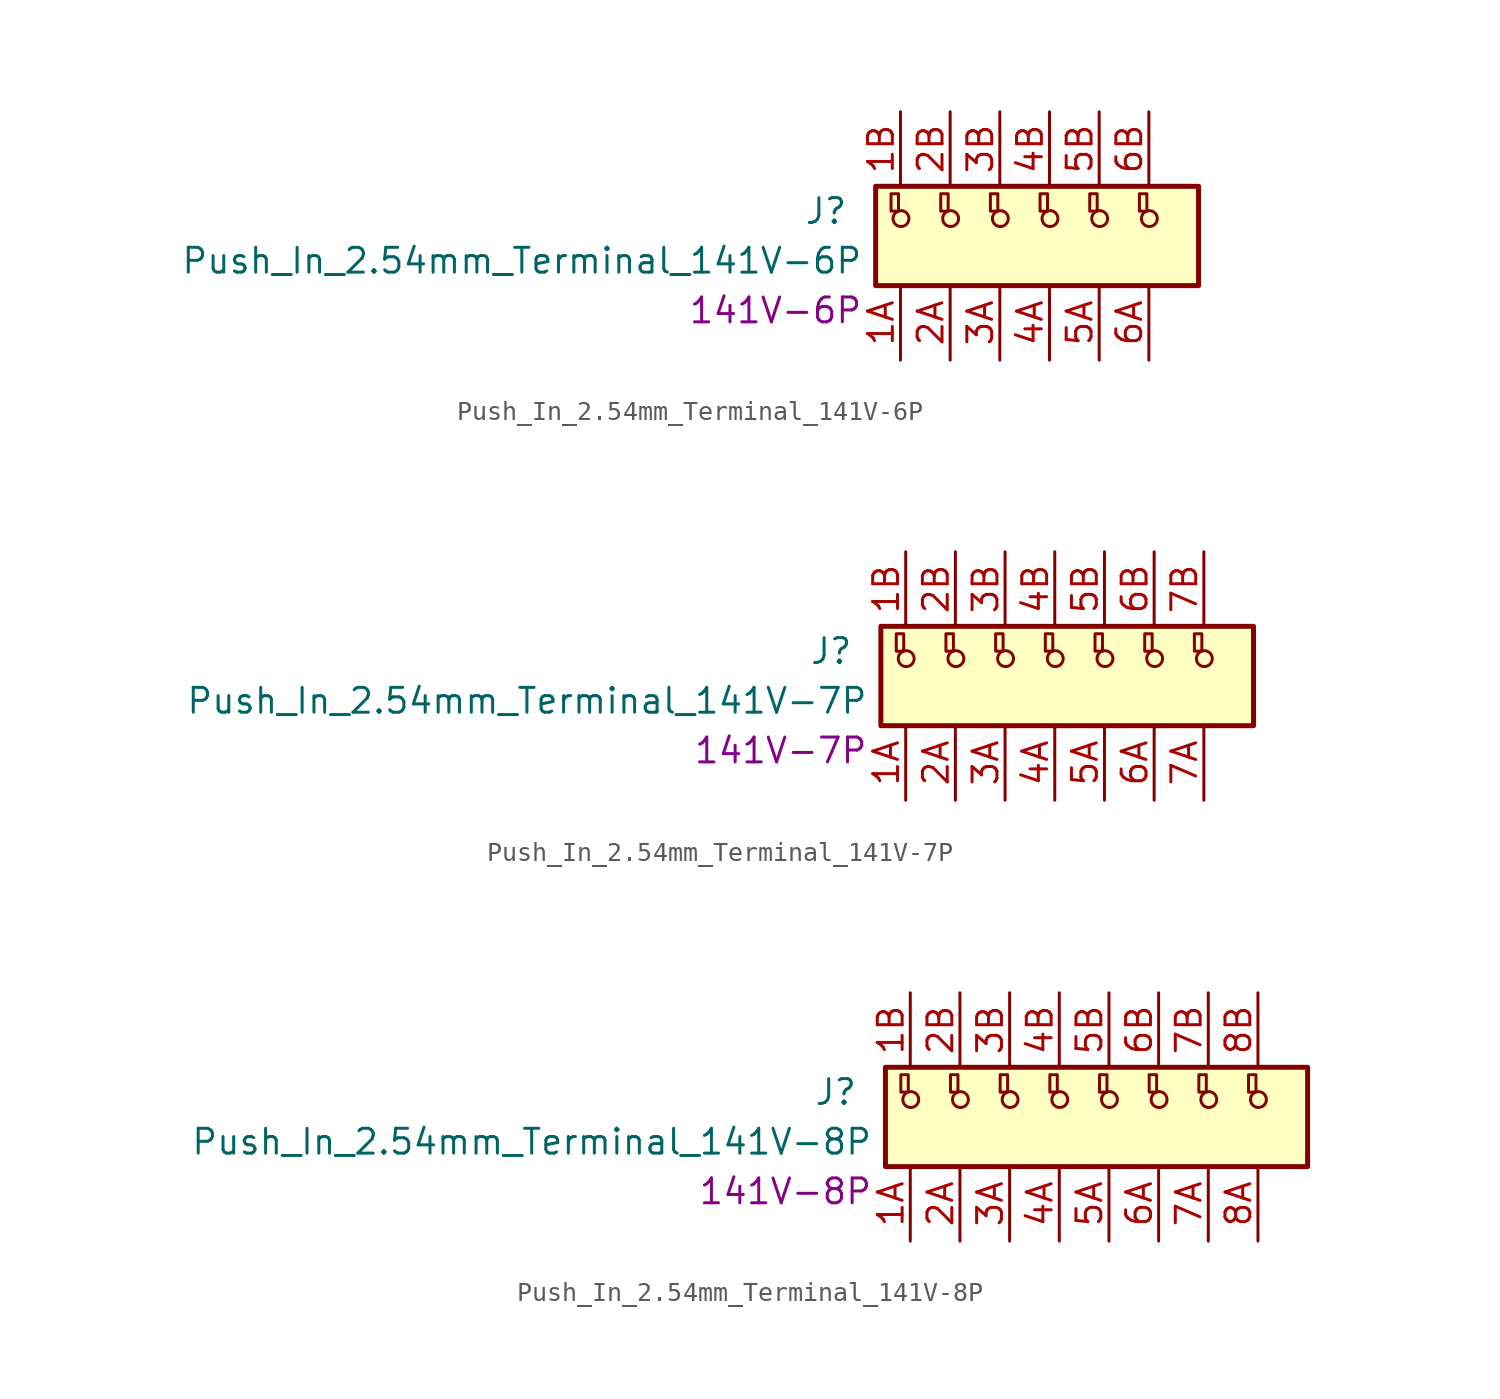
<source format=kicad_sym>
(kicad_symbol_lib
  (version 20211014)
  (generator kicad_symbol_editor)
  (symbol "Push_In_2.54mm_Terminal_141V-6P"
    (pin_names
      (offset 1.016) hide)
    (property "Reference" "J"
      (at -3.81 0 0)
      (effects (font (size 1.27 1.27))))
    (property "Value" "Push_In_2.54mm_Terminal_141V-6P"
      (at -1.905 -2.54 0)
      (effects (font (size 1.27 1.27)) (justify right)))
    (property "MFR.Part#" "141V-6P"
      (at -1.905 -5.08 0)
      (effects (font (size 1.27 1.27)) (justify right)))
    (symbol "Push_In_2.54mm_Terminal_141V-6P_1_1"
      (rectangle (start -0.483 0) (end -0.102 0.889) (stroke (width 0) (type default) (color 0 0 0 0)) (fill (type none)))
      (circle (center 0.025 -0.381) (radius 0.406) (stroke (width 0) (type default) (color 0 0 0 0)) (fill (type none)))
      (rectangle (start 2.057 0) (end 2.438 0.889) (stroke (width 0) (type default) (color 0 0 0 0)) (fill (type none)))
      (circle (center 2.565 -0.381) (radius 0.406) (stroke (width 0) (type default) (color 0 0 0 0)) (fill (type none)))
      (rectangle (start 4.597 0) (end 4.978 0.889) (stroke (width 0) (type default) (color 0 0 0 0)) (fill (type none)))
      (circle (center 5.105 -0.381) (radius 0.406) (stroke (width 0) (type default) (color 0 0 0 0)) (fill (type none)))
      (rectangle (start 7.137 0) (end 7.518 0.889) (stroke (width 0) (type default) (color 0 0 0 0)) (fill (type none)))
      (circle (center 7.645 -0.381) (radius 0.406) (stroke (width 0) (type default) (color 0 0 0 0)) (fill (type none)))
      (rectangle (start 9.677 0) (end 10.058 0.889) (stroke (width 0) (type default) (color 0 0 0 0)) (fill (type none)))
      (circle (center 10.185 -0.381) (radius 0.406) (stroke (width 0) (type default) (color 0 0 0 0)) (fill (type none)))
      (rectangle (start 12.217 0) (end 12.598 0.889) (stroke (width 0) (type default) (color 0 0 0 0)) (fill (type none)))
      (circle (center 12.725 -0.381) (radius 0.406) (stroke (width 0) (type default) (color 0 0 0 0)) (fill (type none)))
      (rectangle (start 15.24 1.27) (end -1.27 -3.81) (stroke (width 0.254) (type default) (color 0 0 0 0)) (fill (type background)))
      (pin passive line (at 0 -7.62 90) (length 3.81) (name "Pin_1A" (effects (font (size 1.27 1.27)))) (number "1A" (effects (font (size 1.27 1.27)))))
      (pin passive line (at 0 5.08 270) (length 3.81) (name "Pin_1B" (effects (font (size 1.27 1.27)))) (number "1B" (effects (font (size 1.27 1.27)))))
      (pin passive line (at 2.54 -7.62 90) (length 3.81) (name "Pin_2A" (effects (font (size 1.27 1.27)))) (number "2A" (effects (font (size 1.27 1.27)))))
      (pin passive line (at 2.54 5.08 270) (length 3.81) (name "Pin_2B" (effects (font (size 1.27 1.27)))) (number "2B" (effects (font (size 1.27 1.27)))))
      (pin passive line (at 5.08 -7.62 90) (length 3.81) (name "Pin_3A" (effects (font (size 1.27 1.27)))) (number "3A" (effects (font (size 1.27 1.27)))))
      (pin passive line (at 5.08 5.08 270) (length 3.81) (name "Pin_3B" (effects (font (size 1.27 1.27)))) (number "3B" (effects (font (size 1.27 1.27)))))
      (pin passive line (at 7.62 -7.62 90) (length 3.81) (name "Pin_4A" (effects (font (size 1.27 1.27)))) (number "4A" (effects (font (size 1.27 1.27)))))
      (pin passive line (at 7.62 5.08 270) (length 3.81) (name "Pin_4B" (effects (font (size 1.27 1.27)))) (number "4B" (effects (font (size 1.27 1.27)))))
      (pin passive line (at 10.16 -7.62 90) (length 3.81) (name "Pin_5A" (effects (font (size 1.27 1.27)))) (number "5A" (effects (font (size 1.27 1.27)))))
      (pin passive line (at 10.16 5.08 270) (length 3.81) (name "Pin_5B" (effects (font (size 1.27 1.27)))) (number "5B" (effects (font (size 1.27 1.27)))))
      (pin passive line (at 12.7 -7.62 90) (length 3.81) (name "Pin_6A" (effects (font (size 1.27 1.27)))) (number "6A" (effects (font (size 1.27 1.27)))))
      (pin passive line (at 12.7 5.08 270) (length 3.81) (name "Pin_6B" (effects (font (size 1.27 1.27)))) (number "6B" (effects (font (size 1.27 1.27)))))))
  (symbol "Push_In_2.54mm_Terminal_141V-7P"
    (pin_names
      (offset 1.016) hide)
    (property "Reference" "J"
      (at -3.81 0 0)
      (effects (font (size 1.27 1.27))))
    (property "Value" "Push_In_2.54mm_Terminal_141V-7P"
      (at -1.905 -2.54 0)
      (effects (font (size 1.27 1.27)) (justify right)))
    (property "MFR.Part#" "141V-7P"
      (at -1.905 -5.08 0)
      (effects (font (size 1.27 1.27)) (justify right)))
    (symbol "Push_In_2.54mm_Terminal_141V-7P_1_1"
      (rectangle (start -0.483 0) (end -0.102 0.889) (stroke (width 0) (type default) (color 0 0 0 0)) (fill (type none)))
      (circle (center 0.025 -0.381) (radius 0.406) (stroke (width 0) (type default) (color 0 0 0 0)) (fill (type none)))
      (rectangle (start 2.057 0) (end 2.438 0.889) (stroke (width 0) (type default) (color 0 0 0 0)) (fill (type none)))
      (circle (center 2.565 -0.381) (radius 0.406) (stroke (width 0) (type default) (color 0 0 0 0)) (fill (type none)))
      (rectangle (start 4.597 0) (end 4.978 0.889) (stroke (width 0) (type default) (color 0 0 0 0)) (fill (type none)))
      (circle (center 5.105 -0.381) (radius 0.406) (stroke (width 0) (type default) (color 0 0 0 0)) (fill (type none)))
      (rectangle (start 7.137 0) (end 7.518 0.889) (stroke (width 0) (type default) (color 0 0 0 0)) (fill (type none)))
      (circle (center 7.645 -0.381) (radius 0.406) (stroke (width 0) (type default) (color 0 0 0 0)) (fill (type none)))
      (rectangle (start 9.677 0) (end 10.058 0.889) (stroke (width 0) (type default) (color 0 0 0 0)) (fill (type none)))
      (circle (center 10.185 -0.381) (radius 0.406) (stroke (width 0) (type default) (color 0 0 0 0)) (fill (type none)))
      (rectangle (start 12.217 0) (end 12.598 0.889) (stroke (width 0) (type default) (color 0 0 0 0)) (fill (type none)))
      (circle (center 12.725 -0.381) (radius 0.406) (stroke (width 0) (type default) (color 0 0 0 0)) (fill (type none)))
      (rectangle (start 14.757 0) (end 15.138 0.889) (stroke (width 0) (type default) (color 0 0 0 0)) (fill (type none)))
      (circle (center 15.265 -0.381) (radius 0.406) (stroke (width 0) (type default) (color 0 0 0 0)) (fill (type none)))
      (rectangle (start 17.78 1.27) (end -1.27 -3.81) (stroke (width 0.254) (type default) (color 0 0 0 0)) (fill (type background)))
      (pin passive line (at 0 -7.62 90) (length 3.81) (name "Pin_1A" (effects (font (size 1.27 1.27)))) (number "1A" (effects (font (size 1.27 1.27)))))
      (pin passive line (at 0 5.08 270) (length 3.81) (name "Pin_1B" (effects (font (size 1.27 1.27)))) (number "1B" (effects (font (size 1.27 1.27)))))
      (pin passive line (at 2.54 -7.62 90) (length 3.81) (name "Pin_2A" (effects (font (size 1.27 1.27)))) (number "2A" (effects (font (size 1.27 1.27)))))
      (pin passive line (at 2.54 5.08 270) (length 3.81) (name "Pin_2B" (effects (font (size 1.27 1.27)))) (number "2B" (effects (font (size 1.27 1.27)))))
      (pin passive line (at 5.08 -7.62 90) (length 3.81) (name "Pin_3A" (effects (font (size 1.27 1.27)))) (number "3A" (effects (font (size 1.27 1.27)))))
      (pin passive line (at 5.08 5.08 270) (length 3.81) (name "Pin_3B" (effects (font (size 1.27 1.27)))) (number "3B" (effects (font (size 1.27 1.27)))))
      (pin passive line (at 7.62 -7.62 90) (length 3.81) (name "Pin_4A" (effects (font (size 1.27 1.27)))) (number "4A" (effects (font (size 1.27 1.27)))))
      (pin passive line (at 7.62 5.08 270) (length 3.81) (name "Pin_4B" (effects (font (size 1.27 1.27)))) (number "4B" (effects (font (size 1.27 1.27)))))
      (pin passive line (at 10.16 -7.62 90) (length 3.81) (name "Pin_5A" (effects (font (size 1.27 1.27)))) (number "5A" (effects (font (size 1.27 1.27)))))
      (pin passive line (at 10.16 5.08 270) (length 3.81) (name "Pin_5B" (effects (font (size 1.27 1.27)))) (number "5B" (effects (font (size 1.27 1.27)))))
      (pin passive line (at 12.7 -7.62 90) (length 3.81) (name "Pin_6A" (effects (font (size 1.27 1.27)))) (number "6A" (effects (font (size 1.27 1.27)))))
      (pin passive line (at 12.7 5.08 270) (length 3.81) (name "Pin_6B" (effects (font (size 1.27 1.27)))) (number "6B" (effects (font (size 1.27 1.27)))))
      (pin passive line (at 15.24 -7.62 90) (length 3.81) (name "Pin_7A" (effects (font (size 1.27 1.27)))) (number "7A" (effects (font (size 1.27 1.27)))))
      (pin passive line (at 15.24 5.08 270) (length 3.81) (name "Pin_7B" (effects (font (size 1.27 1.27)))) (number "7B" (effects (font (size 1.27 1.27)))))))
  (symbol "Push_In_2.54mm_Terminal_141V-8P"
    (pin_names
      (offset 1.016) hide)
    (property "Reference" "J"
      (at -3.81 0 0)
      (effects (font (size 1.27 1.27))))
    (property "Value" "Push_In_2.54mm_Terminal_141V-8P"
      (at -1.905 -2.54 0)
      (effects (font (size 1.27 1.27)) (justify right)))
    (property "MFR.Part#" "141V-8P"
      (at -1.905 -5.08 0)
      (effects (font (size 1.27 1.27)) (justify right)))
    (symbol "Push_In_2.54mm_Terminal_141V-8P_1_1"
      (rectangle (start -0.483 0) (end -0.102 0.889) (stroke (width 0) (type default) (color 0 0 0 0)) (fill (type none)))
      (circle (center 0.025 -0.381) (radius 0.406) (stroke (width 0) (type default) (color 0 0 0 0)) (fill (type none)))
      (rectangle (start 2.057 0) (end 2.438 0.889) (stroke (width 0) (type default) (color 0 0 0 0)) (fill (type none)))
      (circle (center 2.565 -0.381) (radius 0.406) (stroke (width 0) (type default) (color 0 0 0 0)) (fill (type none)))
      (rectangle (start 4.597 0) (end 4.978 0.889) (stroke (width 0) (type default) (color 0 0 0 0)) (fill (type none)))
      (circle (center 5.105 -0.381) (radius 0.406) (stroke (width 0) (type default) (color 0 0 0 0)) (fill (type none)))
      (rectangle (start 7.137 0) (end 7.518 0.889) (stroke (width 0) (type default) (color 0 0 0 0)) (fill (type none)))
      (circle (center 7.645 -0.381) (radius 0.406) (stroke (width 0) (type default) (color 0 0 0 0)) (fill (type none)))
      (rectangle (start 9.677 0) (end 10.058 0.889) (stroke (width 0) (type default) (color 0 0 0 0)) (fill (type none)))
      (circle (center 10.185 -0.381) (radius 0.406) (stroke (width 0) (type default) (color 0 0 0 0)) (fill (type none)))
      (rectangle (start 12.217 0) (end 12.598 0.889) (stroke (width 0) (type default) (color 0 0 0 0)) (fill (type none)))
      (circle (center 12.725 -0.381) (radius 0.406) (stroke (width 0) (type default) (color 0 0 0 0)) (fill (type none)))
      (rectangle (start 14.757 0) (end 15.138 0.889) (stroke (width 0) (type default) (color 0 0 0 0)) (fill (type none)))
      (circle (center 15.265 -0.381) (radius 0.406) (stroke (width 0) (type default) (color 0 0 0 0)) (fill (type none)))
      (rectangle (start 17.297 0) (end 17.678 0.889) (stroke (width 0) (type default) (color 0 0 0 0)) (fill (type none)))
      (circle (center 17.805 -0.381) (radius 0.406) (stroke (width 0) (type default) (color 0 0 0 0)) (fill (type none)))
      (rectangle (start 20.32 1.27) (end -1.27 -3.81) (stroke (width 0.254) (type default) (color 0 0 0 0)) (fill (type background)))
      (pin passive line (at 0 -7.62 90) (length 3.81) (name "Pin_1A" (effects (font (size 1.27 1.27)))) (number "1A" (effects (font (size 1.27 1.27)))))
      (pin passive line (at 0 5.08 270) (length 3.81) (name "Pin_1B" (effects (font (size 1.27 1.27)))) (number "1B" (effects (font (size 1.27 1.27)))))
      (pin passive line (at 2.54 -7.62 90) (length 3.81) (name "Pin_2A" (effects (font (size 1.27 1.27)))) (number "2A" (effects (font (size 1.27 1.27)))))
      (pin passive line (at 2.54 5.08 270) (length 3.81) (name "Pin_2B" (effects (font (size 1.27 1.27)))) (number "2B" (effects (font (size 1.27 1.27)))))
      (pin passive line (at 5.08 -7.62 90) (length 3.81) (name "Pin_3A" (effects (font (size 1.27 1.27)))) (number "3A" (effects (font (size 1.27 1.27)))))
      (pin passive line (at 5.08 5.08 270) (length 3.81) (name "Pin_3B" (effects (font (size 1.27 1.27)))) (number "3B" (effects (font (size 1.27 1.27)))))
      (pin passive line (at 7.62 -7.62 90) (length 3.81) (name "Pin_4A" (effects (font (size 1.27 1.27)))) (number "4A" (effects (font (size 1.27 1.27)))))
      (pin passive line (at 7.62 5.08 270) (length 3.81) (name "Pin_4B" (effects (font (size 1.27 1.27)))) (number "4B" (effects (font (size 1.27 1.27)))))
      (pin passive line (at 10.16 -7.62 90) (length 3.81) (name "Pin_5A" (effects (font (size 1.27 1.27)))) (number "5A" (effects (font (size 1.27 1.27)))))
      (pin passive line (at 10.16 5.08 270) (length 3.81) (name "Pin_5B" (effects (font (size 1.27 1.27)))) (number "5B" (effects (font (size 1.27 1.27)))))
      (pin passive line (at 12.7 -7.62 90) (length 3.81) (name "Pin_6A" (effects (font (size 1.27 1.27)))) (number "6A" (effects (font (size 1.27 1.27)))))
      (pin passive line (at 12.7 5.08 270) (length 3.81) (name "Pin_6B" (effects (font (size 1.27 1.27)))) (number "6B" (effects (font (size 1.27 1.27)))))
      (pin passive line (at 15.24 -7.62 90) (length 3.81) (name "Pin_7A" (effects (font (size 1.27 1.27)))) (number "7A" (effects (font (size 1.27 1.27)))))
      (pin passive line (at 15.24 5.08 270) (length 3.81) (name "Pin_7B" (effects (font (size 1.27 1.27)))) (number "7B" (effects (font (size 1.27 1.27)))))
      (pin passive line (at 17.78 -7.62 90) (length 3.81) (name "Pin_8A" (effects (font (size 1.27 1.27)))) (number "8A" (effects (font (size 1.27 1.27)))))
      (pin passive line (at 17.78 5.08 270) (length 3.81) (name "Pin_8B" (effects (font (size 1.27 1.27)))) (number "8B" (effects (font (size 1.27 1.27))))))))
</source>
